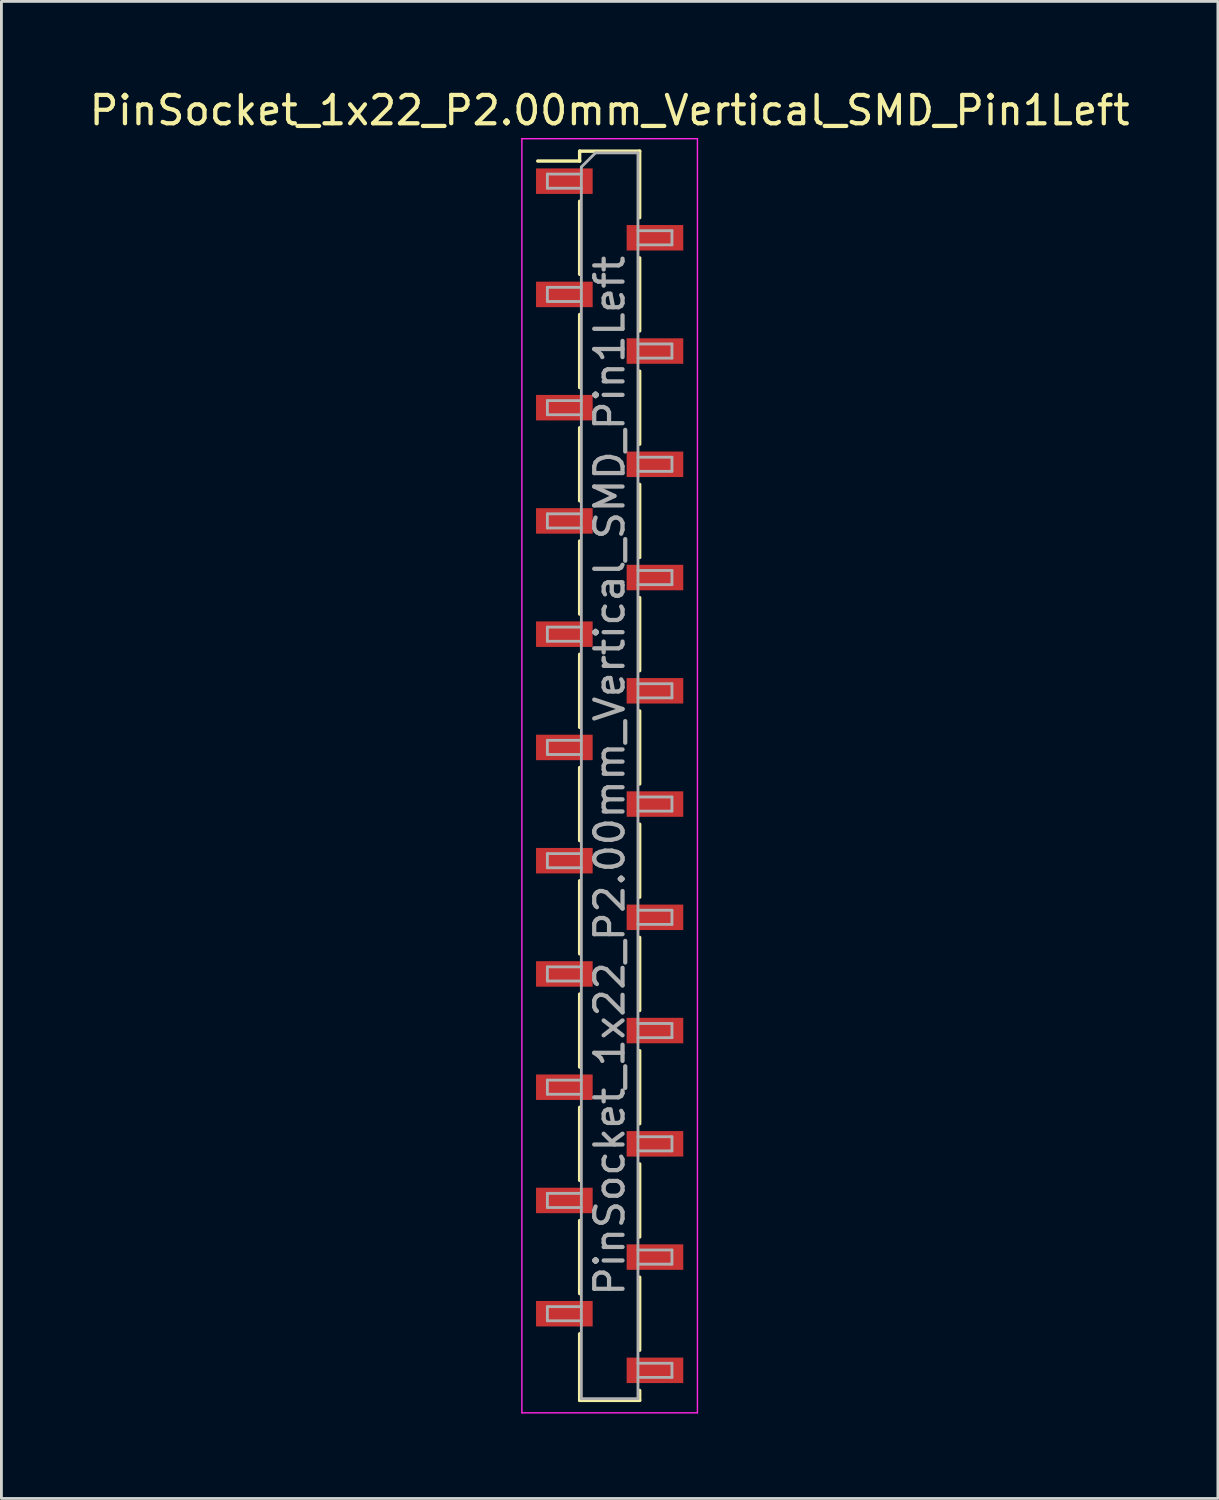
<source format=kicad_pcb>
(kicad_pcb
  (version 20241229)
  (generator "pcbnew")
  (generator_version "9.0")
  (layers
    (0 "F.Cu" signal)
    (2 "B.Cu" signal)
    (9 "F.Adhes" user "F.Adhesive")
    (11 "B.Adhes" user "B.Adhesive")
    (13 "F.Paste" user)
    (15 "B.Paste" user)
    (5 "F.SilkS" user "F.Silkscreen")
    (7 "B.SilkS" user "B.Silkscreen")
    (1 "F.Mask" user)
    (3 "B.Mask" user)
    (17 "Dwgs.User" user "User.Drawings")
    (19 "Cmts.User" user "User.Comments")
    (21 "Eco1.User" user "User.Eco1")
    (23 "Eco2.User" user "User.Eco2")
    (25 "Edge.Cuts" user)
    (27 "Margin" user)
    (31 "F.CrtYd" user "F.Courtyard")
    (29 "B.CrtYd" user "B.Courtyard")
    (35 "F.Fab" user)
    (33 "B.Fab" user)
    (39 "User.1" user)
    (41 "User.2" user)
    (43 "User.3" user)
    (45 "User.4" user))
  (footprint "PinSocket_1x22_P2.00mm_Vertical_SMD_Pin1Left"
    (layer "F.Cu")
    (at 18.482 24.348)
    (property "Reference" "PinSocket_1x22_P2.00mm_Vertical_SMD_Pin1Left" (at 0 -23.5 0) (layer "F.SilkS") (effects (font (size 1 1) (thickness 0.15))))
    (attr smd)
    (fp_line (start -2.54 -21.71) (end -1.06 -21.71) (stroke (width 0.12) (type solid)) (layer "F.SilkS"))
    (fp_line (start -1.06 -22.06) (end -1.06 -21.71) (stroke (width 0.12) (type solid)) (layer "F.SilkS"))
    (fp_line (start -1.06 -22.06) (end 1.06 -22.06) (stroke (width 0.12) (type solid)) (layer "F.SilkS"))
    (fp_line (start -1.06 -20.29) (end -1.06 -17.71) (stroke (width 0.12) (type solid)) (layer "F.SilkS"))
    (fp_line (start -1.06 -16.29) (end -1.06 -13.71) (stroke (width 0.12) (type solid)) (layer "F.SilkS"))
    (fp_line (start -1.06 -12.29) (end -1.06 -9.71) (stroke (width 0.12) (type solid)) (layer "F.SilkS"))
    (fp_line (start -1.06 -8.29) (end -1.06 -5.71) (stroke (width 0.12) (type solid)) (layer "F.SilkS"))
    (fp_line (start -1.06 -4.29) (end -1.06 -1.71) (stroke (width 0.12) (type solid)) (layer "F.SilkS"))
    (fp_line (start -1.06 -0.29) (end -1.06 2.29) (stroke (width 0.12) (type solid)) (layer "F.SilkS"))
    (fp_line (start -1.06 3.71) (end -1.06 6.29) (stroke (width 0.12) (type solid)) (layer "F.SilkS"))
    (fp_line (start -1.06 7.71) (end -1.06 10.29) (stroke (width 0.12) (type solid)) (layer "F.SilkS"))
    (fp_line (start -1.06 11.71) (end -1.06 14.29) (stroke (width 0.12) (type solid)) (layer "F.SilkS"))
    (fp_line (start -1.06 15.71) (end -1.06 18.29) (stroke (width 0.12) (type solid)) (layer "F.SilkS"))
    (fp_line (start -1.06 19.71) (end -1.06 22.06) (stroke (width 0.12) (type solid)) (layer "F.SilkS"))
    (fp_line (start -1.06 22.06) (end 1.06 22.06) (stroke (width 0.12) (type solid)) (layer "F.SilkS"))
    (fp_line (start 1.06 -22.06) (end 1.06 -19.71) (stroke (width 0.12) (type solid)) (layer "F.SilkS"))
    (fp_line (start 1.06 -18.29) (end 1.06 -15.71) (stroke (width 0.12) (type solid)) (layer "F.SilkS"))
    (fp_line (start 1.06 -14.29) (end 1.06 -11.71) (stroke (width 0.12) (type solid)) (layer "F.SilkS"))
    (fp_line (start 1.06 -10.29) (end 1.06 -7.71) (stroke (width 0.12) (type solid)) (layer "F.SilkS"))
    (fp_line (start 1.06 -6.29) (end 1.06 -3.71) (stroke (width 0.12) (type solid)) (layer "F.SilkS"))
    (fp_line (start 1.06 -2.29) (end 1.06 0.29) (stroke (width 0.12) (type solid)) (layer "F.SilkS"))
    (fp_line (start 1.06 1.71) (end 1.06 4.29) (stroke (width 0.12) (type solid)) (layer "F.SilkS"))
    (fp_line (start 1.06 5.71) (end 1.06 8.29) (stroke (width 0.12) (type solid)) (layer "F.SilkS"))
    (fp_line (start 1.06 9.71) (end 1.06 12.29) (stroke (width 0.12) (type solid)) (layer "F.SilkS"))
    (fp_line (start 1.06 13.71) (end 1.06 16.29) (stroke (width 0.12) (type solid)) (layer "F.SilkS"))
    (fp_line (start 1.06 17.71) (end 1.06 20.29) (stroke (width 0.12) (type solid)) (layer "F.SilkS"))
    (fp_line (start 1.06 21.71) (end 1.06 22.06) (stroke (width 0.12) (type solid)) (layer "F.SilkS"))
    (fp_line (start -3.1 -22.5) (end 3.1 -22.5) (stroke (width 0.05) (type solid)) (layer "F.CrtYd"))
    (fp_line (start -3.1 22.5) (end -3.1 -22.5) (stroke (width 0.05) (type solid)) (layer "F.CrtYd"))
    (fp_line (start 3.1 -22.5) (end 3.1 22.5) (stroke (width 0.05) (type solid)) (layer "F.CrtYd"))
    (fp_line (start 3.1 22.5) (end -3.1 22.5) (stroke (width 0.05) (type solid)) (layer "F.CrtYd"))
    (fp_line (start -2.2 -21.25) (end -1 -21.25) (stroke (width 0.1) (type solid)) (layer "F.Fab"))
    (fp_line (start -2.2 -20.75) (end -2.2 -21.25) (stroke (width 0.1) (type solid)) (layer "F.Fab"))
    (fp_line (start -2.2 -17.25) (end -1 -17.25) (stroke (width 0.1) (type solid)) (layer "F.Fab"))
    (fp_line (start -2.2 -16.75) (end -2.2 -17.25) (stroke (width 0.1) (type solid)) (layer "F.Fab"))
    (fp_line (start -2.2 -13.25) (end -1 -13.25) (stroke (width 0.1) (type solid)) (layer "F.Fab"))
    (fp_line (start -2.2 -12.75) (end -2.2 -13.25) (stroke (width 0.1) (type solid)) (layer "F.Fab"))
    (fp_line (start -2.2 -9.25) (end -1 -9.25) (stroke (width 0.1) (type solid)) (layer "F.Fab"))
    (fp_line (start -2.2 -8.75) (end -2.2 -9.25) (stroke (width 0.1) (type solid)) (layer "F.Fab"))
    (fp_line (start -2.2 -5.25) (end -1 -5.25) (stroke (width 0.1) (type solid)) (layer "F.Fab"))
    (fp_line (start -2.2 -4.75) (end -2.2 -5.25) (stroke (width 0.1) (type solid)) (layer "F.Fab"))
    (fp_line (start -2.2 -1.25) (end -1 -1.25) (stroke (width 0.1) (type solid)) (layer "F.Fab"))
    (fp_line (start -2.2 -0.75) (end -2.2 -1.25) (stroke (width 0.1) (type solid)) (layer "F.Fab"))
    (fp_line (start -2.2 2.75) (end -1 2.75) (stroke (width 0.1) (type solid)) (layer "F.Fab"))
    (fp_line (start -2.2 3.25) (end -2.2 2.75) (stroke (width 0.1) (type solid)) (layer "F.Fab"))
    (fp_line (start -2.2 6.75) (end -1 6.75) (stroke (width 0.1) (type solid)) (layer "F.Fab"))
    (fp_line (start -2.2 7.25) (end -2.2 6.75) (stroke (width 0.1) (type solid)) (layer "F.Fab"))
    (fp_line (start -2.2 10.75) (end -1 10.75) (stroke (width 0.1) (type solid)) (layer "F.Fab"))
    (fp_line (start -2.2 11.25) (end -2.2 10.75) (stroke (width 0.1) (type solid)) (layer "F.Fab"))
    (fp_line (start -2.2 14.75) (end -1 14.75) (stroke (width 0.1) (type solid)) (layer "F.Fab"))
    (fp_line (start -2.2 15.25) (end -2.2 14.75) (stroke (width 0.1) (type solid)) (layer "F.Fab"))
    (fp_line (start -2.2 18.75) (end -1 18.75) (stroke (width 0.1) (type solid)) (layer "F.Fab"))
    (fp_line (start -2.2 19.25) (end -2.2 18.75) (stroke (width 0.1) (type solid)) (layer "F.Fab"))
    (fp_line (start -1 -21.5) (end -0.5 -22) (stroke (width 0.1) (type solid)) (layer "F.Fab"))
    (fp_line (start -1 -20.75) (end -2.2 -20.75) (stroke (width 0.1) (type solid)) (layer "F.Fab"))
    (fp_line (start -1 -16.75) (end -2.2 -16.75) (stroke (width 0.1) (type solid)) (layer "F.Fab"))
    (fp_line (start -1 -12.75) (end -2.2 -12.75) (stroke (width 0.1) (type solid)) (layer "F.Fab"))
    (fp_line (start -1 -8.75) (end -2.2 -8.75) (stroke (width 0.1) (type solid)) (layer "F.Fab"))
    (fp_line (start -1 -4.75) (end -2.2 -4.75) (stroke (width 0.1) (type solid)) (layer "F.Fab"))
    (fp_line (start -1 -0.75) (end -2.2 -0.75) (stroke (width 0.1) (type solid)) (layer "F.Fab"))
    (fp_line (start -1 3.25) (end -2.2 3.25) (stroke (width 0.1) (type solid)) (layer "F.Fab"))
    (fp_line (start -1 7.25) (end -2.2 7.25) (stroke (width 0.1) (type solid)) (layer "F.Fab"))
    (fp_line (start -1 11.25) (end -2.2 11.25) (stroke (width 0.1) (type solid)) (layer "F.Fab"))
    (fp_line (start -1 15.25) (end -2.2 15.25) (stroke (width 0.1) (type solid)) (layer "F.Fab"))
    (fp_line (start -1 19.25) (end -2.2 19.25) (stroke (width 0.1) (type solid)) (layer "F.Fab"))
    (fp_line (start -1 22) (end -1 -21.5) (stroke (width 0.1) (type solid)) (layer "F.Fab"))
    (fp_line (start -0.5 -22) (end 1 -22) (stroke (width 0.1) (type solid)) (layer "F.Fab"))
    (fp_line (start 1 -22) (end 1 22) (stroke (width 0.1) (type solid)) (layer "F.Fab"))
    (fp_line (start 1 -19.25) (end 2.2 -19.25) (stroke (width 0.1) (type solid)) (layer "F.Fab"))
    (fp_line (start 1 -15.25) (end 2.2 -15.25) (stroke (width 0.1) (type solid)) (layer "F.Fab"))
    (fp_line (start 1 -11.25) (end 2.2 -11.25) (stroke (width 0.1) (type solid)) (layer "F.Fab"))
    (fp_line (start 1 -7.25) (end 2.2 -7.25) (stroke (width 0.1) (type solid)) (layer "F.Fab"))
    (fp_line (start 1 -3.25) (end 2.2 -3.25) (stroke (width 0.1) (type solid)) (layer "F.Fab"))
    (fp_line (start 1 0.75) (end 2.2 0.75) (stroke (width 0.1) (type solid)) (layer "F.Fab"))
    (fp_line (start 1 4.75) (end 2.2 4.75) (stroke (width 0.1) (type solid)) (layer "F.Fab"))
    (fp_line (start 1 8.75) (end 2.2 8.75) (stroke (width 0.1) (type solid)) (layer "F.Fab"))
    (fp_line (start 1 12.75) (end 2.2 12.75) (stroke (width 0.1) (type solid)) (layer "F.Fab"))
    (fp_line (start 1 16.75) (end 2.2 16.75) (stroke (width 0.1) (type solid)) (layer "F.Fab"))
    (fp_line (start 1 20.75) (end 2.2 20.75) (stroke (width 0.1) (type solid)) (layer "F.Fab"))
    (fp_line (start 1 22) (end -1 22) (stroke (width 0.1) (type solid)) (layer "F.Fab"))
    (fp_line (start 2.2 -19.25) (end 2.2 -18.75) (stroke (width 0.1) (type solid)) (layer "F.Fab"))
    (fp_line (start 2.2 -18.75) (end 1 -18.75) (stroke (width 0.1) (type solid)) (layer "F.Fab"))
    (fp_line (start 2.2 -15.25) (end 2.2 -14.75) (stroke (width 0.1) (type solid)) (layer "F.Fab"))
    (fp_line (start 2.2 -14.75) (end 1 -14.75) (stroke (width 0.1) (type solid)) (layer "F.Fab"))
    (fp_line (start 2.2 -11.25) (end 2.2 -10.75) (stroke (width 0.1) (type solid)) (layer "F.Fab"))
    (fp_line (start 2.2 -10.75) (end 1 -10.75) (stroke (width 0.1) (type solid)) (layer "F.Fab"))
    (fp_line (start 2.2 -7.25) (end 2.2 -6.75) (stroke (width 0.1) (type solid)) (layer "F.Fab"))
    (fp_line (start 2.2 -6.75) (end 1 -6.75) (stroke (width 0.1) (type solid)) (layer "F.Fab"))
    (fp_line (start 2.2 -3.25) (end 2.2 -2.75) (stroke (width 0.1) (type solid)) (layer "F.Fab"))
    (fp_line (start 2.2 -2.75) (end 1 -2.75) (stroke (width 0.1) (type solid)) (layer "F.Fab"))
    (fp_line (start 2.2 0.75) (end 2.2 1.25) (stroke (width 0.1) (type solid)) (layer "F.Fab"))
    (fp_line (start 2.2 1.25) (end 1 1.25) (stroke (width 0.1) (type solid)) (layer "F.Fab"))
    (fp_line (start 2.2 4.75) (end 2.2 5.25) (stroke (width 0.1) (type solid)) (layer "F.Fab"))
    (fp_line (start 2.2 5.25) (end 1 5.25) (stroke (width 0.1) (type solid)) (layer "F.Fab"))
    (fp_line (start 2.2 8.75) (end 2.2 9.25) (stroke (width 0.1) (type solid)) (layer "F.Fab"))
    (fp_line (start 2.2 9.25) (end 1 9.25) (stroke (width 0.1) (type solid)) (layer "F.Fab"))
    (fp_line (start 2.2 12.75) (end 2.2 13.25) (stroke (width 0.1) (type solid)) (layer "F.Fab"))
    (fp_line (start 2.2 13.25) (end 1 13.25) (stroke (width 0.1) (type solid)) (layer "F.Fab"))
    (fp_line (start 2.2 16.75) (end 2.2 17.25) (stroke (width 0.1) (type solid)) (layer "F.Fab"))
    (fp_line (start 2.2 17.25) (end 1 17.25) (stroke (width 0.1) (type solid)) (layer "F.Fab"))
    (fp_line (start 2.2 20.75) (end 2.2 21.25) (stroke (width 0.1) (type solid)) (layer "F.Fab"))
    (fp_line (start 2.2 21.25) (end 1 21.25) (stroke (width 0.1) (type solid)) (layer "F.Fab"))
    (fp_text user "${REFERENCE}" (at 0 0 90) (layer "F.Fab") (effects (font (size 1 1) (thickness 0.15))))
    (pad "1" smd rect (at -1.6 -21) (size 2 0.9) (layers "F.Cu" "F.Mask" "F.Paste"))
    (pad "2" smd rect (at 1.6 -19) (size 2 0.9) (layers "F.Cu" "F.Mask" "F.Paste"))
    (pad "3" smd rect (at -1.6 -17) (size 2 0.9) (layers "F.Cu" "F.Mask" "F.Paste"))
    (pad "4" smd rect (at 1.6 -15) (size 2 0.9) (layers "F.Cu" "F.Mask" "F.Paste"))
    (pad "5" smd rect (at -1.6 -13) (size 2 0.9) (layers "F.Cu" "F.Mask" "F.Paste"))
    (pad "6" smd rect (at 1.6 -11) (size 2 0.9) (layers "F.Cu" "F.Mask" "F.Paste"))
    (pad "7" smd rect (at -1.6 -9) (size 2 0.9) (layers "F.Cu" "F.Mask" "F.Paste"))
    (pad "8" smd rect (at 1.6 -7) (size 2 0.9) (layers "F.Cu" "F.Mask" "F.Paste"))
    (pad "9" smd rect (at -1.6 -5) (size 2 0.9) (layers "F.Cu" "F.Mask" "F.Paste"))
    (pad "10" smd rect (at 1.6 -3) (size 2 0.9) (layers "F.Cu" "F.Mask" "F.Paste"))
    (pad "11" smd rect (at -1.6 -1) (size 2 0.9) (layers "F.Cu" "F.Mask" "F.Paste"))
    (pad "12" smd rect (at 1.6 1) (size 2 0.9) (layers "F.Cu" "F.Mask" "F.Paste"))
    (pad "13" smd rect (at -1.6 3) (size 2 0.9) (layers "F.Cu" "F.Mask" "F.Paste"))
    (pad "14" smd rect (at 1.6 5) (size 2 0.9) (layers "F.Cu" "F.Mask" "F.Paste"))
    (pad "15" smd rect (at -1.6 7) (size 2 0.9) (layers "F.Cu" "F.Mask" "F.Paste"))
    (pad "16" smd rect (at 1.6 9) (size 2 0.9) (layers "F.Cu" "F.Mask" "F.Paste"))
    (pad "17" smd rect (at -1.6 11) (size 2 0.9) (layers "F.Cu" "F.Mask" "F.Paste"))
    (pad "18" smd rect (at 1.6 13) (size 2 0.9) (layers "F.Cu" "F.Mask" "F.Paste"))
    (pad "19" smd rect (at -1.6 15) (size 2 0.9) (layers "F.Cu" "F.Mask" "F.Paste"))
    (pad "20" smd rect (at 1.6 17) (size 2 0.9) (layers "F.Cu" "F.Mask" "F.Paste"))
    (pad "21" smd rect (at -1.6 19) (size 2 0.9) (layers "F.Cu" "F.Mask" "F.Paste"))
    (pad "22" smd rect (at 1.6 21) (size 2 0.9) (layers "F.Cu" "F.Mask" "F.Paste")))
  (gr_rect
    (start -3 -3)
    (end 39.964 49.873)
    (stroke (width 0.1) (type default))
    (fill no)
    (layer "Edge.Cuts")))
</source>
